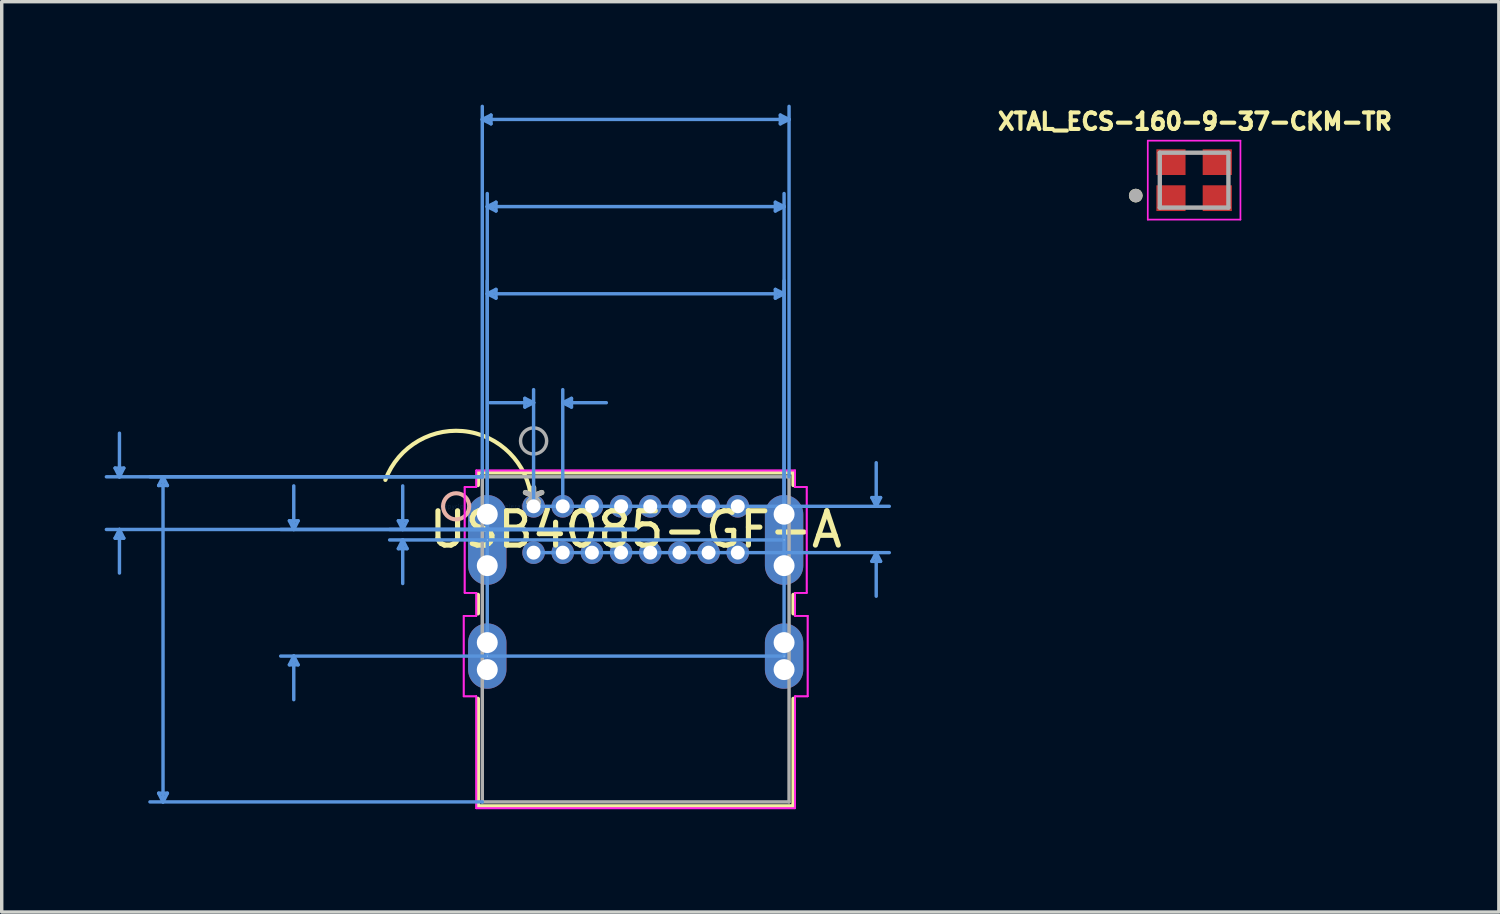
<source format=kicad_pcb>
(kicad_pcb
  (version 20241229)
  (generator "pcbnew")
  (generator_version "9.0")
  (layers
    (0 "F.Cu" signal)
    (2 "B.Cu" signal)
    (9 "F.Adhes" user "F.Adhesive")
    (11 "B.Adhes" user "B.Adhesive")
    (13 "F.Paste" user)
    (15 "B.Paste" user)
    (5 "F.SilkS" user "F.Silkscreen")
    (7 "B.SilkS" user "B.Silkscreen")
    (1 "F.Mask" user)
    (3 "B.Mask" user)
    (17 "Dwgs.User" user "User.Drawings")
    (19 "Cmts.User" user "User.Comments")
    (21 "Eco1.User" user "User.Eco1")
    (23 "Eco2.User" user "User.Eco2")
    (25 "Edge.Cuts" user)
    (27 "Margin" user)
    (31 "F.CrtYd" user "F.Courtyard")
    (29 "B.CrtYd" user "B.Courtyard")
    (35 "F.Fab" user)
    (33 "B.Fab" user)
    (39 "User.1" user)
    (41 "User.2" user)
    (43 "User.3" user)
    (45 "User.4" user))
  (footprint "XTAL_ECS-160-9-37-CKM-TR"
    (layer "F.Cu")
    (at 31.749 2.2)
    (property "Reference" "XTAL_ECS-160-9-37-CKM-TR" (at 0.024 -1.708 0) (layer "F.SilkS") (effects (font (size 0.481 0.481) (thickness 0.15))))
    (attr smd)
    (fp_circle (center -1.7 0.45) (end -1.6 0.45) (stroke (width 0.2) (type solid)) (fill no) (layer "F.SilkS"))
    (fp_line (start -1.35 -1.15) (end -1.35 1.15) (stroke (width 0.05) (type solid)) (layer "F.CrtYd"))
    (fp_line (start -1.35 1.15) (end 1.35 1.15) (stroke (width 0.05) (type solid)) (layer "F.CrtYd"))
    (fp_line (start 1.35 -1.15) (end -1.35 -1.15) (stroke (width 0.05) (type solid)) (layer "F.CrtYd"))
    (fp_line (start 1.35 1.15) (end 1.35 -1.15) (stroke (width 0.05) (type solid)) (layer "F.CrtYd"))
    (fp_line (start -1 -0.8) (end -1 0.8) (stroke (width 0.127) (type solid)) (layer "F.Fab"))
    (fp_line (start -1 0.8) (end 1 0.8) (stroke (width 0.127) (type solid)) (layer "F.Fab"))
    (fp_line (start 1 -0.8) (end -1 -0.8) (stroke (width 0.127) (type solid)) (layer "F.Fab"))
    (fp_line (start 1 0.8) (end 1 -0.8) (stroke (width 0.127) (type solid)) (layer "F.Fab"))
    (fp_circle (center -1.7 0.45) (end -1.6 0.45) (stroke (width 0.2) (type solid)) (fill no) (layer "F.Fab"))
    (pad "1" smd rect (at -0.675 0.525) (size 0.85 0.75) (layers "F.Cu" "F.Mask" "F.Paste"))
    (pad "2" smd rect (at 0.675 0.525) (size 0.85 0.75) (layers "F.Cu" "F.Mask" "F.Paste"))
    (pad "3" smd rect (at 0.675 -0.525) (size 0.85 0.75) (layers "F.Cu" "F.Mask" "F.Paste"))
    (pad "4" smd rect (at -0.675 -0.525) (size 0.85 0.75) (layers "F.Cu" "F.Mask" "F.Paste")))
  (footprint "USB4085-GF-A"
    (layer "F.Cu")
    (at 12.5 11.705)
    (property "Reference" "USB4085-GF-A" (at 2.975 0.675 0) (layer "F.SilkS") (effects (font (size 1 1) (thickness 0.15))))
    (attr through_hole)
    (fp_line (start -1.622 -0.987) (end -1.622 -0.618) (stroke (width 0.12) (type solid)) (layer "F.SilkS"))
    (fp_line (start -1.622 2.578) (end -1.622 3.122) (stroke (width 0.12) (type solid)) (layer "F.SilkS"))
    (fp_line (start -1.622 5.608) (end -1.622 8.741) (stroke (width 0.12) (type solid)) (layer "F.SilkS"))
    (fp_line (start -1.622 8.741) (end 7.572 8.741) (stroke (width 0.12) (type solid)) (layer "F.SilkS"))
    (fp_line (start 7.572 -0.987) (end -1.622 -0.987) (stroke (width 0.12) (type solid)) (layer "F.SilkS"))
    (fp_line (start 7.572 -0.618) (end 7.572 -0.987) (stroke (width 0.12) (type solid)) (layer "F.SilkS"))
    (fp_line (start 7.572 3.122) (end 7.572 2.578) (stroke (width 0.12) (type solid)) (layer "F.SilkS"))
    (fp_line (start 7.572 8.741) (end 7.572 5.608) (stroke (width 0.12) (type solid)) (layer "F.SilkS"))
    (fp_arc (start -4.319378 -0.769356) (mid -1.871255 -2.166692) (end -0.056589 -0.009648) (stroke (width 0.12) (type solid)) (layer "F.SilkS"))
    (fp_circle (center -2.257 0) (end -1.876 0) (stroke (width 0.12) (type solid)) (fill no) (layer "B.SilkS"))
    (fp_line (start -12.196 -1.114) (end -11.942 -1.114) (stroke (width 0.1) (type solid)) (layer "Cmts.User"))
    (fp_line (start -12.196 0.929) (end -11.942 0.929) (stroke (width 0.1) (type solid)) (layer "Cmts.User"))
    (fp_line (start -12.069 -0.86) (end -12.196 -1.114) (stroke (width 0.1) (type solid)) (layer "Cmts.User"))
    (fp_line (start -12.069 -0.86) (end -12.069 -2.13) (stroke (width 0.1) (type solid)) (layer "Cmts.User"))
    (fp_line (start -12.069 -0.86) (end -11.942 -1.114) (stroke (width 0.1) (type solid)) (layer "Cmts.User"))
    (fp_line (start -12.069 0.675) (end -12.196 0.929) (stroke (width 0.1) (type solid)) (layer "Cmts.User"))
    (fp_line (start -12.069 0.675) (end -12.069 1.945) (stroke (width 0.1) (type solid)) (layer "Cmts.User"))
    (fp_line (start -12.069 0.675) (end -11.942 0.929) (stroke (width 0.1) (type solid)) (layer "Cmts.User"))
    (fp_line (start -10.926 -0.606) (end -10.672 -0.606) (stroke (width 0.1) (type solid)) (layer "Cmts.User"))
    (fp_line (start -10.926 8.36) (end -10.672 8.36) (stroke (width 0.1) (type solid)) (layer "Cmts.User"))
    (fp_line (start -10.799 -0.86) (end -10.926 -0.606) (stroke (width 0.1) (type solid)) (layer "Cmts.User"))
    (fp_line (start -10.799 -0.86) (end -10.799 8.614) (stroke (width 0.1) (type solid)) (layer "Cmts.User"))
    (fp_line (start -10.799 -0.86) (end -10.672 -0.606) (stroke (width 0.1) (type solid)) (layer "Cmts.User"))
    (fp_line (start -10.799 8.614) (end -10.926 8.36) (stroke (width 0.1) (type solid)) (layer "Cmts.User"))
    (fp_line (start -10.799 8.614) (end -10.672 8.36) (stroke (width 0.1) (type solid)) (layer "Cmts.User"))
    (fp_line (start -7.116 0.421) (end -6.862 0.421) (stroke (width 0.1) (type solid)) (layer "Cmts.User"))
    (fp_line (start -7.116 4.619) (end -6.862 4.619) (stroke (width 0.1) (type solid)) (layer "Cmts.User"))
    (fp_line (start -6.989 0.675) (end -7.116 0.421) (stroke (width 0.1) (type solid)) (layer "Cmts.User"))
    (fp_line (start -6.989 0.675) (end -6.989 -0.595) (stroke (width 0.1) (type solid)) (layer "Cmts.User"))
    (fp_line (start -6.989 0.675) (end -6.862 0.421) (stroke (width 0.1) (type solid)) (layer "Cmts.User"))
    (fp_line (start -6.989 4.365) (end -7.116 4.619) (stroke (width 0.1) (type solid)) (layer "Cmts.User"))
    (fp_line (start -6.989 4.365) (end -6.989 5.635) (stroke (width 0.1) (type solid)) (layer "Cmts.User"))
    (fp_line (start -6.989 4.365) (end -6.862 4.619) (stroke (width 0.1) (type solid)) (layer "Cmts.User"))
    (fp_line (start -3.941 0.421) (end -3.687 0.421) (stroke (width 0.1) (type solid)) (layer "Cmts.User"))
    (fp_line (start -3.941 1.234) (end -3.687 1.234) (stroke (width 0.1) (type solid)) (layer "Cmts.User"))
    (fp_line (start -3.814 0.675) (end -3.941 0.421) (stroke (width 0.1) (type solid)) (layer "Cmts.User"))
    (fp_line (start -3.814 0.675) (end -3.814 -0.595) (stroke (width 0.1) (type solid)) (layer "Cmts.User"))
    (fp_line (start -3.814 0.675) (end -3.687 0.421) (stroke (width 0.1) (type solid)) (layer "Cmts.User"))
    (fp_line (start -3.814 0.98) (end -3.941 1.234) (stroke (width 0.1) (type solid)) (layer "Cmts.User"))
    (fp_line (start -3.814 0.98) (end -3.814 2.25) (stroke (width 0.1) (type solid)) (layer "Cmts.User"))
    (fp_line (start -3.814 0.98) (end -3.687 1.234) (stroke (width 0.1) (type solid)) (layer "Cmts.User"))
    (fp_line (start -1.495 -11.274) (end -1.241 -11.401) (stroke (width 0.1) (type solid)) (layer "Cmts.User"))
    (fp_line (start -1.495 -11.274) (end -1.241 -11.147) (stroke (width 0.1) (type solid)) (layer "Cmts.User"))
    (fp_line (start -1.495 -11.274) (end 7.445 -11.274) (stroke (width 0.1) (type solid)) (layer "Cmts.User"))
    (fp_line (start -1.495 -0.86) (end -12.45 -0.86) (stroke (width 0.1) (type solid)) (layer "Cmts.User"))
    (fp_line (start -1.495 -0.86) (end -11.18 -0.86) (stroke (width 0.1) (type solid)) (layer "Cmts.User"))
    (fp_line (start -1.495 -0.86) (end -1.495 -11.655) (stroke (width 0.1) (type solid)) (layer "Cmts.User"))
    (fp_line (start -1.495 8.614) (end -11.18 8.614) (stroke (width 0.1) (type solid)) (layer "Cmts.User"))
    (fp_line (start -1.35 -8.734) (end -1.096 -8.861) (stroke (width 0.1) (type solid)) (layer "Cmts.User"))
    (fp_line (start -1.35 -8.734) (end -1.096 -8.607) (stroke (width 0.1) (type solid)) (layer "Cmts.User"))
    (fp_line (start -1.35 -8.734) (end 7.3 -8.734) (stroke (width 0.1) (type solid)) (layer "Cmts.User"))
    (fp_line (start -1.35 0.98) (end -1.35 -9.115) (stroke (width 0.1) (type solid)) (layer "Cmts.User"))
    (fp_line (start -1.35 -6.194) (end -1.096 -6.321) (stroke (width 0.1) (type solid)) (layer "Cmts.User"))
    (fp_line (start -1.35 -6.194) (end -1.096 -6.067) (stroke (width 0.1) (type solid)) (layer "Cmts.User"))
    (fp_line (start -1.35 -6.194) (end 7.3 -6.194) (stroke (width 0.1) (type solid)) (layer "Cmts.User"))
    (fp_line (start -1.35 4.365) (end -1.35 -6.575) (stroke (width 0.1) (type solid)) (layer "Cmts.User"))
    (fp_line (start -1.241 -11.401) (end -1.241 -11.147) (stroke (width 0.1) (type solid)) (layer "Cmts.User"))
    (fp_line (start -1.096 -8.861) (end -1.096 -8.607) (stroke (width 0.1) (type solid)) (layer "Cmts.User"))
    (fp_line (start -1.096 -6.321) (end -1.096 -6.067) (stroke (width 0.1) (type solid)) (layer "Cmts.User"))
    (fp_line (start -0.254 -3.146) (end -0.254 -2.892) (stroke (width 0.1) (type solid)) (layer "Cmts.User"))
    (fp_line (start 0 -3.019) (end -1.27 -3.019) (stroke (width 0.1) (type solid)) (layer "Cmts.User"))
    (fp_line (start 0 -3.019) (end -0.254 -3.146) (stroke (width 0.1) (type solid)) (layer "Cmts.User"))
    (fp_line (start 0 -3.019) (end -0.254 -2.892) (stroke (width 0.1) (type solid)) (layer "Cmts.User"))
    (fp_line (start 0 0) (end 0 -3.4) (stroke (width 0.1) (type solid)) (layer "Cmts.User"))
    (fp_line (start 0 0) (end 10.366 0) (stroke (width 0.1) (type solid)) (layer "Cmts.User"))
    (fp_line (start 0 1.35) (end 10.366 1.35) (stroke (width 0.1) (type solid)) (layer "Cmts.User"))
    (fp_line (start 0.85 -3.019) (end 1.104 -3.146) (stroke (width 0.1) (type solid)) (layer "Cmts.User"))
    (fp_line (start 0.85 -3.019) (end 1.104 -2.892) (stroke (width 0.1) (type solid)) (layer "Cmts.User"))
    (fp_line (start 0.85 -3.019) (end 2.12 -3.019) (stroke (width 0.1) (type solid)) (layer "Cmts.User"))
    (fp_line (start 0.85 0) (end 0.85 -3.4) (stroke (width 0.1) (type solid)) (layer "Cmts.User"))
    (fp_line (start 1.104 -3.146) (end 1.104 -2.892) (stroke (width 0.1) (type solid)) (layer "Cmts.User"))
    (fp_line (start 2.975 0.675) (end -12.45 0.675) (stroke (width 0.1) (type solid)) (layer "Cmts.User"))
    (fp_line (start 2.975 0.675) (end -7.37 0.675) (stroke (width 0.1) (type solid)) (layer "Cmts.User"))
    (fp_line (start 2.975 0.675) (end -4.195 0.675) (stroke (width 0.1) (type solid)) (layer "Cmts.User"))
    (fp_line (start 7.046 -6.321) (end 7.046 -6.067) (stroke (width 0.1) (type solid)) (layer "Cmts.User"))
    (fp_line (start 7.046 -8.861) (end 7.046 -8.607) (stroke (width 0.1) (type solid)) (layer "Cmts.User"))
    (fp_line (start 7.191 -11.401) (end 7.191 -11.147) (stroke (width 0.1) (type solid)) (layer "Cmts.User"))
    (fp_line (start 7.3 -6.194) (end 7.046 -6.321) (stroke (width 0.1) (type solid)) (layer "Cmts.User"))
    (fp_line (start 7.3 -6.194) (end 7.046 -6.067) (stroke (width 0.1) (type solid)) (layer "Cmts.User"))
    (fp_line (start 7.3 4.365) (end -7.37 4.365) (stroke (width 0.1) (type solid)) (layer "Cmts.User"))
    (fp_line (start 7.3 4.365) (end 7.3 -6.575) (stroke (width 0.1) (type solid)) (layer "Cmts.User"))
    (fp_line (start 7.3 -8.734) (end 7.046 -8.861) (stroke (width 0.1) (type solid)) (layer "Cmts.User"))
    (fp_line (start 7.3 -8.734) (end 7.046 -8.607) (stroke (width 0.1) (type solid)) (layer "Cmts.User"))
    (fp_line (start 7.3 0.98) (end -4.195 0.98) (stroke (width 0.1) (type solid)) (layer "Cmts.User"))
    (fp_line (start 7.3 0.98) (end 7.3 -9.115) (stroke (width 0.1) (type solid)) (layer "Cmts.User"))
    (fp_line (start 7.445 -11.274) (end 7.191 -11.401) (stroke (width 0.1) (type solid)) (layer "Cmts.User"))
    (fp_line (start 7.445 -11.274) (end 7.191 -11.147) (stroke (width 0.1) (type solid)) (layer "Cmts.User"))
    (fp_line (start 7.445 -0.86) (end 7.445 -11.655) (stroke (width 0.1) (type solid)) (layer "Cmts.User"))
    (fp_line (start 9.858 -0.254) (end 10.112 -0.254) (stroke (width 0.1) (type solid)) (layer "Cmts.User"))
    (fp_line (start 9.858 1.604) (end 10.112 1.604) (stroke (width 0.1) (type solid)) (layer "Cmts.User"))
    (fp_line (start 9.985 0) (end 9.858 -0.254) (stroke (width 0.1) (type solid)) (layer "Cmts.User"))
    (fp_line (start 9.985 0) (end 9.985 -1.27) (stroke (width 0.1) (type solid)) (layer "Cmts.User"))
    (fp_line (start 9.985 0) (end 10.112 -0.254) (stroke (width 0.1) (type solid)) (layer "Cmts.User"))
    (fp_line (start 9.985 1.35) (end 9.858 1.604) (stroke (width 0.1) (type solid)) (layer "Cmts.User"))
    (fp_line (start 9.985 1.35) (end 9.985 2.62) (stroke (width 0.1) (type solid)) (layer "Cmts.User"))
    (fp_line (start 9.985 1.35) (end 10.112 1.604) (stroke (width 0.1) (type solid)) (layer "Cmts.User"))
    (fp_line (start -2.037 3.193) (end -2.037 5.537) (stroke (width 0.05) (type solid)) (layer "F.CrtYd"))
    (fp_line (start -2.037 3.193) (end -2.037 5.537) (stroke (width 0.05) (type solid)) (layer "F.CrtYd"))
    (fp_line (start -2.037 5.537) (end -1.67 5.537) (stroke (width 0.05) (type solid)) (layer "F.CrtYd"))
    (fp_line (start -2.037 5.537) (end -1.67 5.537) (stroke (width 0.05) (type solid)) (layer "F.CrtYd"))
    (fp_line (start -2.009 -0.562) (end -2.009 2.522) (stroke (width 0.05) (type solid)) (layer "F.CrtYd"))
    (fp_line (start -2.009 -0.562) (end -2.009 2.522) (stroke (width 0.05) (type solid)) (layer "F.CrtYd"))
    (fp_line (start -2.009 2.522) (end -1.67 2.522) (stroke (width 0.05) (type solid)) (layer "F.CrtYd"))
    (fp_line (start -2.009 2.522) (end -1.67 2.522) (stroke (width 0.05) (type solid)) (layer "F.CrtYd"))
    (fp_line (start -1.67 2.522) (end -1.67 3.193) (stroke (width 0.05) (type solid)) (layer "F.CrtYd"))
    (fp_line (start -1.67 2.522) (end -1.67 3.193) (stroke (width 0.05) (type solid)) (layer "F.CrtYd"))
    (fp_line (start -1.67 3.193) (end -2.037 3.193) (stroke (width 0.05) (type solid)) (layer "F.CrtYd"))
    (fp_line (start -1.67 3.193) (end -2.037 3.193) (stroke (width 0.05) (type solid)) (layer "F.CrtYd"))
    (fp_line (start -1.67 5.537) (end -1.67 8.799) (stroke (width 0.05) (type solid)) (layer "F.CrtYd"))
    (fp_line (start -1.67 5.537) (end -1.67 8.799) (stroke (width 0.05) (type solid)) (layer "F.CrtYd"))
    (fp_line (start -1.67 8.799) (end 7.62 8.799) (stroke (width 0.05) (type solid)) (layer "F.CrtYd"))
    (fp_line (start -1.67 8.799) (end 7.62 8.799) (stroke (width 0.05) (type solid)) (layer "F.CrtYd"))
    (fp_line (start -1.67 -1.045) (end -1.67 -0.562) (stroke (width 0.05) (type solid)) (layer "F.CrtYd"))
    (fp_line (start -1.67 -1.045) (end -1.67 -0.562) (stroke (width 0.05) (type solid)) (layer "F.CrtYd"))
    (fp_line (start -1.67 -0.562) (end -2.009 -0.562) (stroke (width 0.05) (type solid)) (layer "F.CrtYd"))
    (fp_line (start -1.67 -0.562) (end -2.009 -0.562) (stroke (width 0.05) (type solid)) (layer "F.CrtYd"))
    (fp_line (start 7.62 5.537) (end 7.987 5.537) (stroke (width 0.05) (type solid)) (layer "F.CrtYd"))
    (fp_line (start 7.62 5.537) (end 7.987 5.537) (stroke (width 0.05) (type solid)) (layer "F.CrtYd"))
    (fp_line (start 7.62 8.799) (end 7.62 5.537) (stroke (width 0.05) (type solid)) (layer "F.CrtYd"))
    (fp_line (start 7.62 8.799) (end 7.62 5.537) (stroke (width 0.05) (type solid)) (layer "F.CrtYd"))
    (fp_line (start 7.62 -0.562) (end 7.62 -1.045) (stroke (width 0.05) (type solid)) (layer "F.CrtYd"))
    (fp_line (start 7.62 -0.562) (end 7.62 -1.045) (stroke (width 0.05) (type solid)) (layer "F.CrtYd"))
    (fp_line (start 7.62 2.522) (end 7.959 2.522) (stroke (width 0.05) (type solid)) (layer "F.CrtYd"))
    (fp_line (start 7.62 2.522) (end 7.959 2.522) (stroke (width 0.05) (type solid)) (layer "F.CrtYd"))
    (fp_line (start 7.62 3.193) (end 7.62 2.522) (stroke (width 0.05) (type solid)) (layer "F.CrtYd"))
    (fp_line (start 7.62 3.193) (end 7.62 2.522) (stroke (width 0.05) (type solid)) (layer "F.CrtYd"))
    (fp_line (start 7.62 -1.045) (end -1.67 -1.045) (stroke (width 0.05) (type solid)) (layer "F.CrtYd"))
    (fp_line (start 7.62 -1.045) (end -1.67 -1.045) (stroke (width 0.05) (type solid)) (layer "F.CrtYd"))
    (fp_line (start 7.959 -0.562) (end 7.62 -0.562) (stroke (width 0.05) (type solid)) (layer "F.CrtYd"))
    (fp_line (start 7.959 -0.562) (end 7.62 -0.562) (stroke (width 0.05) (type solid)) (layer "F.CrtYd"))
    (fp_line (start 7.959 2.522) (end 7.959 -0.562) (stroke (width 0.05) (type solid)) (layer "F.CrtYd"))
    (fp_line (start 7.959 2.522) (end 7.959 -0.562) (stroke (width 0.05) (type solid)) (layer "F.CrtYd"))
    (fp_line (start 7.987 3.193) (end 7.62 3.193) (stroke (width 0.05) (type solid)) (layer "F.CrtYd"))
    (fp_line (start 7.987 3.193) (end 7.62 3.193) (stroke (width 0.05) (type solid)) (layer "F.CrtYd"))
    (fp_line (start 7.987 5.537) (end 7.987 3.193) (stroke (width 0.05) (type solid)) (layer "F.CrtYd"))
    (fp_line (start 7.987 5.537) (end 7.987 3.193) (stroke (width 0.05) (type solid)) (layer "F.CrtYd"))
    (fp_line (start -1.495 -0.86) (end -1.495 8.614) (stroke (width 0.1) (type solid)) (layer "F.Fab"))
    (fp_line (start -1.495 8.614) (end 7.445 8.614) (stroke (width 0.1) (type solid)) (layer "F.Fab"))
    (fp_line (start 7.445 -0.86) (end -1.495 -0.86) (stroke (width 0.1) (type solid)) (layer "F.Fab"))
    (fp_line (start 7.445 8.614) (end 7.445 -0.86) (stroke (width 0.1) (type solid)) (layer "F.Fab"))
    (fp_circle (center 0 -1.905) (end 0.381 -1.905) (stroke (width 0.1) (type solid)) (fill no) (layer "F.Fab"))
    (fp_text user "*" (at 0 0 0) (layer "F.SilkS") (effects (font (size 1 1) (thickness 0.15))))
    (fp_text user "Copyright 2021 Accelerated Designs. All rights reserved." (at 0 0 0) (layer "Cmts.User") (effects (font (size 0.127 0.127) (thickness 0.002))))
    (fp_text user "*" (at 0 0 0) (layer "F.Fab") (effects (font (size 1 1) (thickness 0.15))))
    (pad "" np_thru_hole circle (at -1.35 0.231) (size 0.61 0.61) (drill 0.61) (layers "*.Cu" "*.Mask"))
    (pad "" np_thru_hole circle (at -1.35 1.729) (size 0.61 0.61) (drill 0.61) (layers "*.Cu" "*.Mask"))
    (pad "" np_thru_hole circle (at -1.35 3.971) (size 0.61 0.61) (drill 0.61) (layers "*.Cu" "*.Mask"))
    (pad "" np_thru_hole circle (at -1.35 4.759) (size 0.61 0.61) (drill 0.61) (layers "*.Cu" "*.Mask"))
    (pad "" np_thru_hole circle (at 7.3 0.231) (size 0.61 0.61) (drill 0.61) (layers "*.Cu" "*.Mask"))
    (pad "" np_thru_hole circle (at 7.3 1.729) (size 0.61 0.61) (drill 0.61) (layers "*.Cu" "*.Mask"))
    (pad "" np_thru_hole circle (at 7.3 3.971) (size 0.61 0.61) (drill 0.61) (layers "*.Cu" "*.Mask"))
    (pad "" np_thru_hole circle (at 7.3 4.759) (size 0.61 0.61) (drill 0.61) (layers "*.Cu" "*.Mask"))
    (pad "1" thru_hole circle (at 0 0) (size 0.66 0.66) (drill 0.406) (layers "*.Cu" "*.Mask"))
    (pad "2" thru_hole circle (at 0.85 0) (size 0.66 0.66) (drill 0.406) (layers "*.Cu" "*.Mask"))
    (pad "3" thru_hole circle (at 1.7 0) (size 0.66 0.66) (drill 0.406) (layers "*.Cu" "*.Mask"))
    (pad "4" thru_hole circle (at 2.55 0) (size 0.66 0.66) (drill 0.406) (layers "*.Cu" "*.Mask"))
    (pad "5" thru_hole circle (at 3.4 0) (size 0.66 0.66) (drill 0.406) (layers "*.Cu" "*.Mask"))
    (pad "6" thru_hole circle (at 4.25 0) (size 0.66 0.66) (drill 0.406) (layers "*.Cu" "*.Mask"))
    (pad "7" thru_hole circle (at 5.1 0) (size 0.66 0.66) (drill 0.406) (layers "*.Cu" "*.Mask"))
    (pad "8" thru_hole circle (at 5.95 0) (size 0.66 0.66) (drill 0.406) (layers "*.Cu" "*.Mask"))
    (pad "9" thru_hole circle (at 0 1.35) (size 0.66 0.66) (drill 0.406) (layers "*.Cu" "*.Mask"))
    (pad "10" thru_hole circle (at 0.85 1.35) (size 0.66 0.66) (drill 0.406) (layers "*.Cu" "*.Mask"))
    (pad "11" thru_hole circle (at 1.7 1.35) (size 0.66 0.66) (drill 0.406) (layers "*.Cu" "*.Mask"))
    (pad "12" thru_hole circle (at 2.55 1.35) (size 0.66 0.66) (drill 0.406) (layers "*.Cu" "*.Mask"))
    (pad "13" thru_hole circle (at 3.4 1.35) (size 0.66 0.66) (drill 0.406) (layers "*.Cu" "*.Mask"))
    (pad "14" thru_hole circle (at 4.25 1.35) (size 0.66 0.66) (drill 0.406) (layers "*.Cu" "*.Mask"))
    (pad "15" thru_hole circle (at 5.1 1.35) (size 0.66 0.66) (drill 0.406) (layers "*.Cu" "*.Mask"))
    (pad "16" thru_hole circle (at 5.95 1.35) (size 0.66 0.66) (drill 0.406) (layers "*.Cu" "*.Mask"))
    (pad "17" thru_hole oval (at -1.35 0.98 90) (size 2.616 1.118) (drill 0.025) (layers "*.Cu" "*.Mask"))
    (pad "18" thru_hole oval (at 7.3 0.98 90) (size 2.616 1.118) (drill 0.025) (layers "*.Cu" "*.Mask"))
    (pad "19" thru_hole oval (at -1.35 4.365 90) (size 1.905 1.118) (drill 0.025) (layers "*.Cu" "*.Mask"))
    (pad "20" thru_hole oval (at 7.3 4.365 90) (size 1.905 1.118) (drill 0.025) (layers "*.Cu" "*.Mask")))
  (gr_rect
    (start -3 -3)
    (end 40.63 23.529)
    (stroke (width 0.1) (type default))
    (fill no)
    (layer "Edge.Cuts")))
</source>
